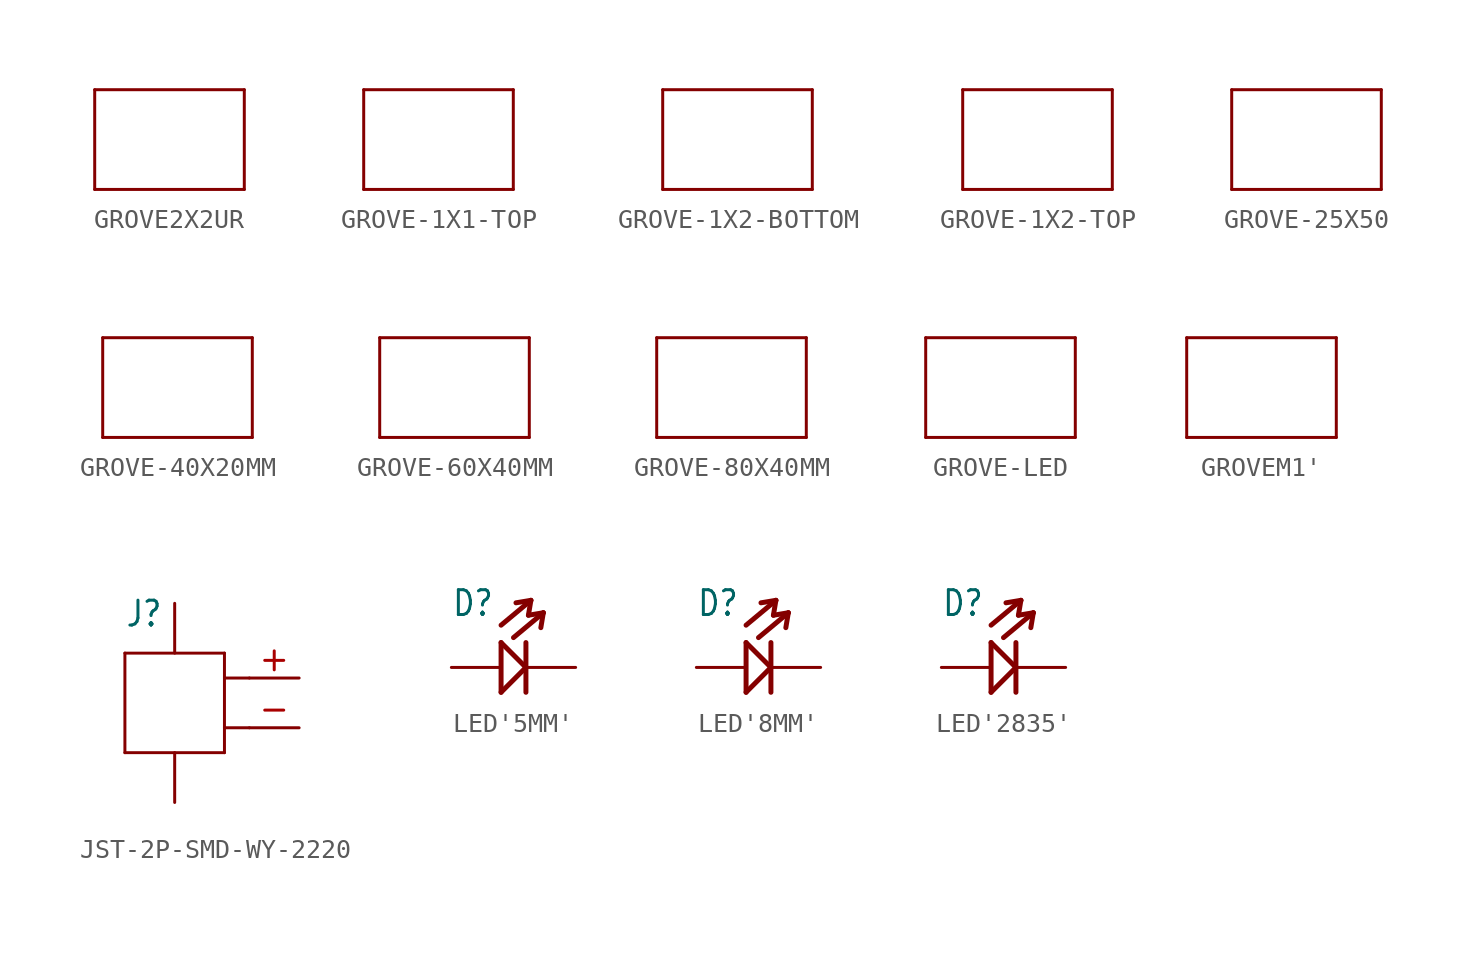
<source format=kicad_sym>
(kicad_symbol_lib
  (version 20220914)
  (generator kicad_symbol_editor)
  (symbol "GROVE2X2UR"
    (property "Reference" "U"
      (at -6.35 3.81 0)
      (effects (font (size 1.27 1.079)) (justify left bottom) hide))
    (property "ki_locked" ""
      (at 0 0 0)
      (effects (font (size 1.27 1.27))))
    (symbol "GROVE2X2UR_1_0"
      (polyline (pts (xy -3.81 -2.54) (xy -3.81 2.54)) (stroke (width 0.152) (type solid)) (fill (type none)))
      (polyline (pts (xy -3.81 2.54) (xy 3.81 2.54)) (stroke (width 0.152) (type solid)) (fill (type none)))
      (polyline (pts (xy 3.81 -2.54) (xy -3.81 -2.54)) (stroke (width 0.152) (type solid)) (fill (type none)))
      (polyline (pts (xy 3.81 2.54) (xy 3.81 -2.54)) (stroke (width 0.152) (type solid)) (fill (type none)))))
  (symbol "GROVE-1X1-TOP"
    (property "Reference" "U"
      (at -6.35 3.81 0)
      (effects (font (size 1.27 1.079)) (justify left bottom) hide))
    (property "ki_locked" ""
      (at 0 0 0)
      (effects (font (size 1.27 1.27))))
    (symbol "GROVE-1X1-TOP_1_0"
      (polyline (pts (xy -3.81 -2.54) (xy -3.81 2.54)) (stroke (width 0.152) (type solid)) (fill (type none)))
      (polyline (pts (xy -3.81 2.54) (xy 3.81 2.54)) (stroke (width 0.152) (type solid)) (fill (type none)))
      (polyline (pts (xy 3.81 -2.54) (xy -3.81 -2.54)) (stroke (width 0.152) (type solid)) (fill (type none)))
      (polyline (pts (xy 3.81 2.54) (xy 3.81 -2.54)) (stroke (width 0.152) (type solid)) (fill (type none)))))
  (symbol "GROVE-1X2-BOTTOM"
    (property "Reference" "U"
      (at -6.35 3.81 0)
      (effects (font (size 1.27 1.079)) (justify left bottom) hide))
    (property "ki_locked" ""
      (at 0 0 0)
      (effects (font (size 1.27 1.27))))
    (symbol "GROVE-1X2-BOTTOM_1_0"
      (polyline (pts (xy -3.81 -2.54) (xy -3.81 2.54)) (stroke (width 0.152) (type solid)) (fill (type none)))
      (polyline (pts (xy -3.81 2.54) (xy 3.81 2.54)) (stroke (width 0.152) (type solid)) (fill (type none)))
      (polyline (pts (xy 3.81 -2.54) (xy -3.81 -2.54)) (stroke (width 0.152) (type solid)) (fill (type none)))
      (polyline (pts (xy 3.81 2.54) (xy 3.81 -2.54)) (stroke (width 0.152) (type solid)) (fill (type none)))))
  (symbol "GROVE-1X2-TOP"
    (property "Reference" "U"
      (at -6.35 3.81 0)
      (effects (font (size 1.27 1.079)) (justify left bottom) hide))
    (property "ki_locked" ""
      (at 0 0 0)
      (effects (font (size 1.27 1.27))))
    (symbol "GROVE-1X2-TOP_1_0"
      (polyline (pts (xy -3.81 -2.54) (xy -3.81 2.54)) (stroke (width 0.152) (type solid)) (fill (type none)))
      (polyline (pts (xy -3.81 2.54) (xy 3.81 2.54)) (stroke (width 0.152) (type solid)) (fill (type none)))
      (polyline (pts (xy 3.81 -2.54) (xy -3.81 -2.54)) (stroke (width 0.152) (type solid)) (fill (type none)))
      (polyline (pts (xy 3.81 2.54) (xy 3.81 -2.54)) (stroke (width 0.152) (type solid)) (fill (type none)))))
  (symbol "GROVE-25X50"
    (property "Reference" "U"
      (at -6.35 3.81 0)
      (effects (font (size 1.27 1.079)) (justify left bottom) hide))
    (property "ki_locked" ""
      (at 0 0 0)
      (effects (font (size 1.27 1.27))))
    (symbol "GROVE-25X50_1_0"
      (polyline (pts (xy -3.81 -2.54) (xy -3.81 2.54)) (stroke (width 0.152) (type solid)) (fill (type none)))
      (polyline (pts (xy -3.81 2.54) (xy 3.81 2.54)) (stroke (width 0.152) (type solid)) (fill (type none)))
      (polyline (pts (xy 3.81 -2.54) (xy -3.81 -2.54)) (stroke (width 0.152) (type solid)) (fill (type none)))
      (polyline (pts (xy 3.81 2.54) (xy 3.81 -2.54)) (stroke (width 0.152) (type solid)) (fill (type none)))))
  (symbol "GROVE-40X20MM"
    (property "Reference" "U"
      (at -6.35 3.81 0)
      (effects (font (size 1.27 1.079)) (justify left bottom) hide))
    (property "ki_locked" ""
      (at 0 0 0)
      (effects (font (size 1.27 1.27))))
    (symbol "GROVE-40X20MM_1_0"
      (polyline (pts (xy -3.81 -2.54) (xy -3.81 2.54)) (stroke (width 0.152) (type solid)) (fill (type none)))
      (polyline (pts (xy -3.81 2.54) (xy 3.81 2.54)) (stroke (width 0.152) (type solid)) (fill (type none)))
      (polyline (pts (xy 3.81 -2.54) (xy -3.81 -2.54)) (stroke (width 0.152) (type solid)) (fill (type none)))
      (polyline (pts (xy 3.81 2.54) (xy 3.81 -2.54)) (stroke (width 0.152) (type solid)) (fill (type none)))))
  (symbol "GROVE-60X40MM"
    (property "Reference" "U"
      (at -6.35 3.81 0)
      (effects (font (size 1.27 1.079)) (justify left bottom) hide))
    (property "ki_locked" ""
      (at 0 0 0)
      (effects (font (size 1.27 1.27))))
    (symbol "GROVE-60X40MM_1_0"
      (polyline (pts (xy -3.81 -2.54) (xy -3.81 2.54)) (stroke (width 0.152) (type solid)) (fill (type none)))
      (polyline (pts (xy -3.81 2.54) (xy 3.81 2.54)) (stroke (width 0.152) (type solid)) (fill (type none)))
      (polyline (pts (xy 3.81 -2.54) (xy -3.81 -2.54)) (stroke (width 0.152) (type solid)) (fill (type none)))
      (polyline (pts (xy 3.81 2.54) (xy 3.81 -2.54)) (stroke (width 0.152) (type solid)) (fill (type none)))))
  (symbol "GROVE-80X40MM"
    (property "Reference" "U"
      (at -6.35 3.81 0)
      (effects (font (size 1.27 1.079)) (justify left bottom) hide))
    (property "ki_locked" ""
      (at 0 0 0)
      (effects (font (size 1.27 1.27))))
    (symbol "GROVE-80X40MM_1_0"
      (polyline (pts (xy -3.81 -2.54) (xy -3.81 2.54)) (stroke (width 0.152) (type solid)) (fill (type none)))
      (polyline (pts (xy -3.81 2.54) (xy 3.81 2.54)) (stroke (width 0.152) (type solid)) (fill (type none)))
      (polyline (pts (xy 3.81 -2.54) (xy -3.81 -2.54)) (stroke (width 0.152) (type solid)) (fill (type none)))
      (polyline (pts (xy 3.81 2.54) (xy 3.81 -2.54)) (stroke (width 0.152) (type solid)) (fill (type none)))))
  (symbol "GROVE-LED"
    (property "Reference" "U"
      (at -6.35 3.81 0)
      (effects (font (size 1.27 1.079)) (justify left bottom) hide))
    (property "ki_locked" ""
      (at 0 0 0)
      (effects (font (size 1.27 1.27))))
    (symbol "GROVE-LED_1_0"
      (polyline (pts (xy -3.81 -2.54) (xy -3.81 2.54)) (stroke (width 0.152) (type solid)) (fill (type none)))
      (polyline (pts (xy -3.81 2.54) (xy 3.81 2.54)) (stroke (width 0.152) (type solid)) (fill (type none)))
      (polyline (pts (xy 3.81 -2.54) (xy -3.81 -2.54)) (stroke (width 0.152) (type solid)) (fill (type none)))
      (polyline (pts (xy 3.81 2.54) (xy 3.81 -2.54)) (stroke (width 0.152) (type solid)) (fill (type none)))))
  (symbol "GROVEM1'"
    (property "Reference" "U"
      (at -6.35 3.81 0)
      (effects (font (size 1.27 1.079)) (justify left bottom) hide))
    (property "ki_locked" ""
      (at 0 0 0)
      (effects (font (size 1.27 1.27))))
    (symbol "GROVEM1'_1_0"
      (polyline (pts (xy -3.81 -2.54) (xy -3.81 2.54)) (stroke (width 0.152) (type solid)) (fill (type none)))
      (polyline (pts (xy -3.81 2.54) (xy 3.81 2.54)) (stroke (width 0.152) (type solid)) (fill (type none)))
      (polyline (pts (xy 3.81 -2.54) (xy -3.81 -2.54)) (stroke (width 0.152) (type solid)) (fill (type none)))
      (polyline (pts (xy 3.81 2.54) (xy 3.81 -2.54)) (stroke (width 0.152) (type solid)) (fill (type none)))))
  (symbol "JST-2P-SMD-WY-2220"
    (property "Reference" "J"
      (at -2.54 3.81 0)
      (effects (font (size 1.27 1.079)) (justify left bottom)))
    (property "Value" ""
      (at -2.54 2.54 0)
      (effects (font (size 1.27 1.079)) (justify left bottom)))
    (property "ki_locked" ""
      (at 0 0 0)
      (effects (font (size 1.27 1.27))))
    (symbol "JST-2P-SMD-WY-2220_1_0"
      (polyline (pts (xy -2.54 -2.54) (xy -2.54 2.54)) (stroke (width 0.152) (type solid)) (fill (type none)))
      (polyline (pts (xy -2.54 2.54) (xy 2.54 2.54)) (stroke (width 0.152) (type solid)) (fill (type none)))
      (polyline (pts (xy 2.54 -2.54) (xy -2.54 -2.54)) (stroke (width 0.152) (type solid)) (fill (type none)))
      (polyline (pts (xy 2.54 -1.27) (xy 2.54 -2.54)) (stroke (width 0.152) (type solid)) (fill (type none)))
      (polyline (pts (xy 2.54 1.27) (xy 2.54 -1.27)) (stroke (width 0.152) (type solid)) (fill (type none)))
      (polyline (pts (xy 2.54 2.54) (xy 2.54 1.27)) (stroke (width 0.152) (type solid)) (fill (type none)))
      (polyline (pts (xy 3.81 -1.27) (xy 2.54 -1.27)) (stroke (width 0.152) (type solid)) (fill (type none)))
      (polyline (pts (xy 3.81 1.27) (xy 2.54 1.27)) (stroke (width 0.152) (type solid)) (fill (type none)))
      (pin bidirectional line (at 6.35 1.27 180) (length 2.54) (name "1" (effects (font (size 0 0)))) (number "+" (effects (font (size 1.27 1.27)))))
      (pin bidirectional line (at 6.35 -1.27 180) (length 2.54) (name "2" (effects (font (size 0 0)))) (number "-" (effects (font (size 1.27 1.27)))))
      (pin bidirectional line (at 0 -5.08 90) (length 2.54) (name "3" (effects (font (size 0 0)))) (number "3" (effects (font (size 0 0)))))
      (pin bidirectional line (at 0 5.08 270) (length 2.54) (name "4" (effects (font (size 0 0)))) (number "4" (effects (font (size 0 0)))))))
  (symbol "LED'5MM'"
    (property "Reference" "D"
      (at -2.54 2.54 0)
      (effects (font (size 1.27 1.079)) (justify left bottom)))
    (property "Value" ""
      (at -2.54 1.27 0)
      (effects (font (size 1.27 1.079)) (justify left bottom)))
    (property "ki_locked" ""
      (at 0 0 0)
      (effects (font (size 1.27 1.27))))
    (symbol "LED'5MM'_1_0"
      (polyline (pts (xy 0 -1.27) (xy 1.27 0)) (stroke (width 0.254) (type solid)) (fill (type none)))
      (polyline (pts (xy 0 1.27) (xy 0 -1.27)) (stroke (width 0.254) (type solid)) (fill (type none)))
      (polyline (pts (xy 0 2.159) (xy 1.524 3.429)) (stroke (width 0.254) (type solid)) (fill (type none)))
      (polyline (pts (xy 0.635 1.524) (xy 2.159 2.794)) (stroke (width 0.254) (type solid)) (fill (type none)))
      (polyline (pts (xy 1.27 0) (xy 0 1.27)) (stroke (width 0.254) (type solid)) (fill (type none)))
      (polyline (pts (xy 1.27 0) (xy 1.27 -1.27)) (stroke (width 0.254) (type solid)) (fill (type none)))
      (polyline (pts (xy 1.27 1.27) (xy 1.27 0)) (stroke (width 0.254) (type solid)) (fill (type none)))
      (polyline (pts (xy 1.524 3.429) (xy 0.762 3.302)) (stroke (width 0.254) (type solid)) (fill (type none)))
      (polyline (pts (xy 1.524 3.429) (xy 1.397 2.667)) (stroke (width 0.254) (type solid)) (fill (type none)))
      (polyline (pts (xy 2.159 2.794) (xy 1.397 2.667)) (stroke (width 0.254) (type solid)) (fill (type none)))
      (polyline (pts (xy 2.159 2.794) (xy 2.032 2.032)) (stroke (width 0.254) (type solid)) (fill (type none)))
      (pin passive line (at -2.54 0 0) (length 2.54) (name "+" (effects (font (size 0 0)))) (number "+" (effects (font (size 0 0)))))
      (pin passive line (at 3.81 0 180) (length 2.54) (name "-" (effects (font (size 0 0)))) (number "-" (effects (font (size 0 0)))))))
  (symbol "LED'8MM'"
    (property "Reference" "D"
      (at -2.54 2.54 0)
      (effects (font (size 1.27 1.079)) (justify left bottom)))
    (property "Value" ""
      (at -2.54 1.27 0)
      (effects (font (size 1.27 1.079)) (justify left bottom)))
    (property "ki_locked" ""
      (at 0 0 0)
      (effects (font (size 1.27 1.27))))
    (symbol "LED'8MM'_1_0"
      (polyline (pts (xy 0 -1.27) (xy 1.27 0)) (stroke (width 0.254) (type solid)) (fill (type none)))
      (polyline (pts (xy 0 1.27) (xy 0 -1.27)) (stroke (width 0.254) (type solid)) (fill (type none)))
      (polyline (pts (xy 0 2.159) (xy 1.524 3.429)) (stroke (width 0.254) (type solid)) (fill (type none)))
      (polyline (pts (xy 0.635 1.524) (xy 2.159 2.794)) (stroke (width 0.254) (type solid)) (fill (type none)))
      (polyline (pts (xy 1.27 0) (xy 0 1.27)) (stroke (width 0.254) (type solid)) (fill (type none)))
      (polyline (pts (xy 1.27 0) (xy 1.27 -1.27)) (stroke (width 0.254) (type solid)) (fill (type none)))
      (polyline (pts (xy 1.27 1.27) (xy 1.27 0)) (stroke (width 0.254) (type solid)) (fill (type none)))
      (polyline (pts (xy 1.524 3.429) (xy 0.762 3.302)) (stroke (width 0.254) (type solid)) (fill (type none)))
      (polyline (pts (xy 1.524 3.429) (xy 1.397 2.667)) (stroke (width 0.254) (type solid)) (fill (type none)))
      (polyline (pts (xy 2.159 2.794) (xy 1.397 2.667)) (stroke (width 0.254) (type solid)) (fill (type none)))
      (polyline (pts (xy 2.159 2.794) (xy 2.032 2.032)) (stroke (width 0.254) (type solid)) (fill (type none)))
      (pin passive line (at -2.54 0 0) (length 2.54) (name "+" (effects (font (size 0 0)))) (number "+" (effects (font (size 0 0)))))
      (pin passive line (at 3.81 0 180) (length 2.54) (name "-" (effects (font (size 0 0)))) (number "-" (effects (font (size 0 0)))))))
  (symbol "LED'2835'"
    (property "Reference" "D"
      (at -2.54 2.54 0)
      (effects (font (size 1.27 1.079)) (justify left bottom)))
    (property "Value" ""
      (at -2.54 1.27 0)
      (effects (font (size 1.27 1.079)) (justify left bottom)))
    (property "ki_locked" ""
      (at 0 0 0)
      (effects (font (size 1.27 1.27))))
    (symbol "LED'2835'_1_0"
      (polyline (pts (xy 0 -1.27) (xy 1.27 0)) (stroke (width 0.254) (type solid)) (fill (type none)))
      (polyline (pts (xy 0 1.27) (xy 0 -1.27)) (stroke (width 0.254) (type solid)) (fill (type none)))
      (polyline (pts (xy 0 2.159) (xy 1.524 3.429)) (stroke (width 0.254) (type solid)) (fill (type none)))
      (polyline (pts (xy 0.635 1.524) (xy 2.159 2.794)) (stroke (width 0.254) (type solid)) (fill (type none)))
      (polyline (pts (xy 1.27 0) (xy 0 1.27)) (stroke (width 0.254) (type solid)) (fill (type none)))
      (polyline (pts (xy 1.27 0) (xy 1.27 -1.27)) (stroke (width 0.254) (type solid)) (fill (type none)))
      (polyline (pts (xy 1.27 1.27) (xy 1.27 0)) (stroke (width 0.254) (type solid)) (fill (type none)))
      (polyline (pts (xy 1.524 3.429) (xy 0.762 3.302)) (stroke (width 0.254) (type solid)) (fill (type none)))
      (polyline (pts (xy 1.524 3.429) (xy 1.397 2.667)) (stroke (width 0.254) (type solid)) (fill (type none)))
      (polyline (pts (xy 2.159 2.794) (xy 1.397 2.667)) (stroke (width 0.254) (type solid)) (fill (type none)))
      (polyline (pts (xy 2.159 2.794) (xy 2.032 2.032)) (stroke (width 0.254) (type solid)) (fill (type none)))
      (pin passive line (at 3.81 0 180) (length 2.54) (name "-" (effects (font (size 0 0)))) (number "1" (effects (font (size 0 0)))))
      (pin passive line (at -2.54 0 0) (length 2.54) (name "+" (effects (font (size 0 0)))) (number "2" (effects (font (size 0 0))))))))
</source>
